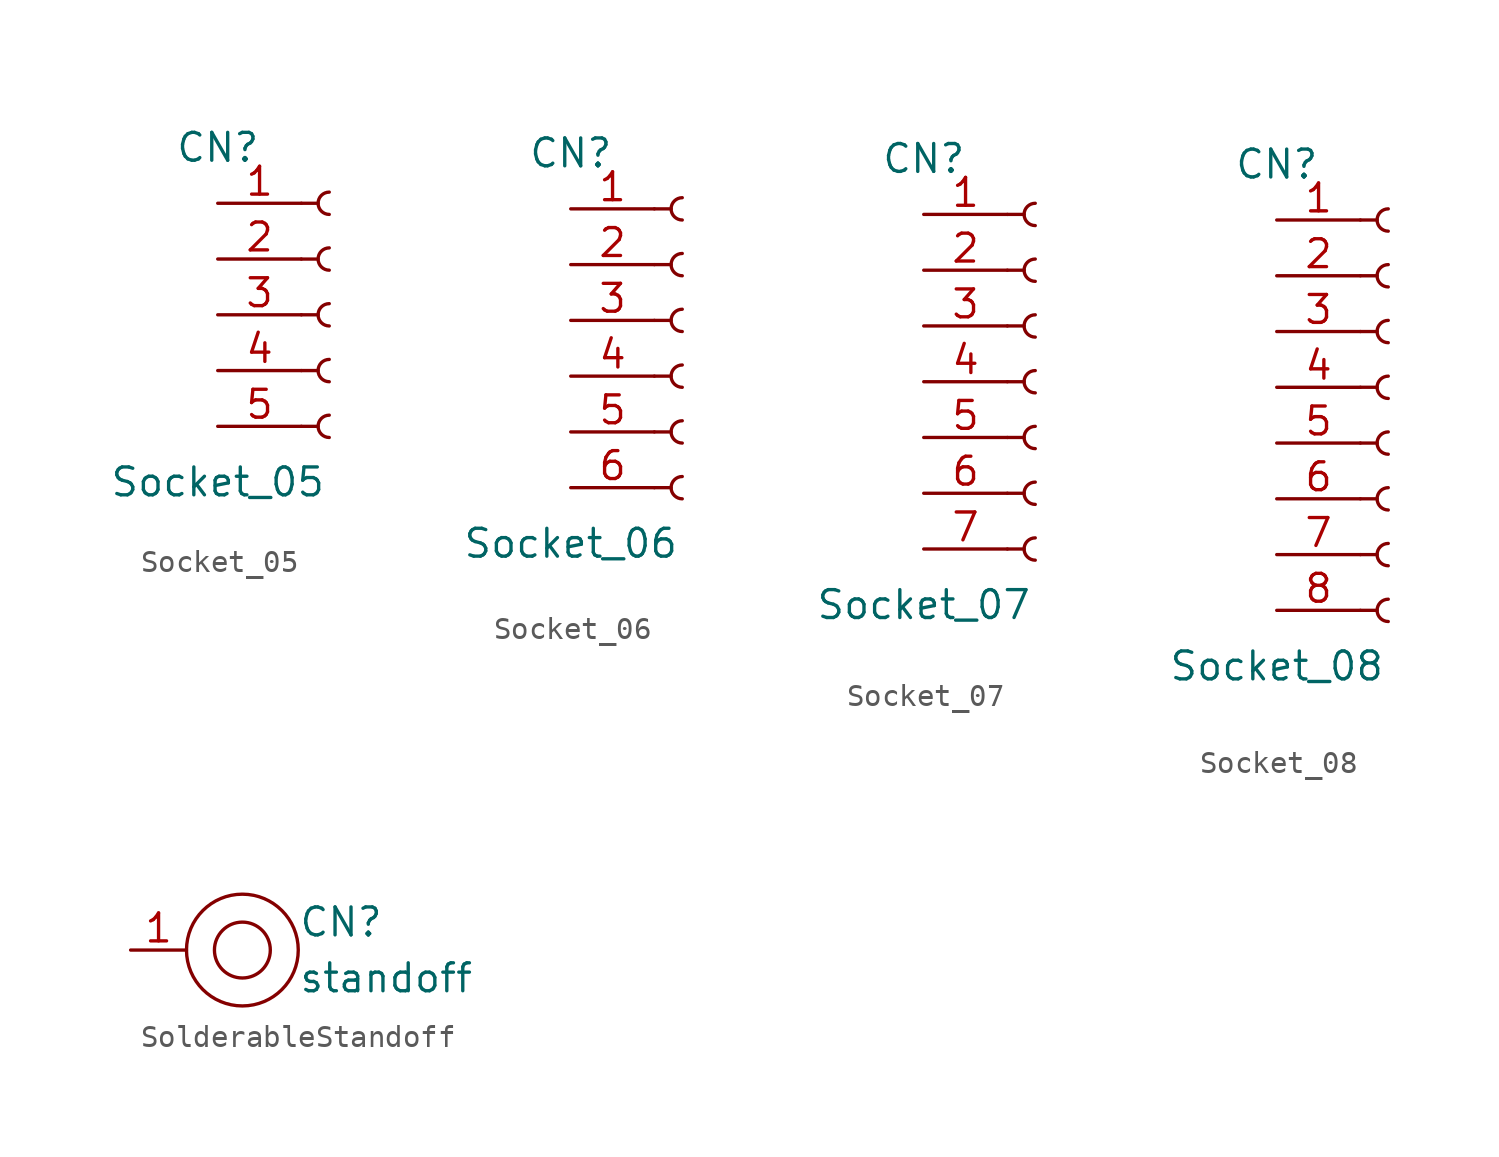
<source format=kicad_sym>
(kicad_symbol_lib
  (version 20220914)
  (generator kicad_symbol_editor)
  (symbol "Socket_05"
    (pin_names hide)
    (property "Reference" "CN"
      (at 0 2.54 0)
      (do_not_autoplace)
      (effects (font (size 1.27 1.27))))
    (property "Value" "Socket_05"
      (at 0 -12.7 0)
      (effects (font (size 1.27 1.27))))
    (symbol "Socket_05_1_1"
      (polyline (pts (xy 3.81 -10.16) (xy 4.572 -10.16)) (stroke (width 0.152) (type default)) (fill (type none)))
      (polyline (pts (xy 3.81 -7.62) (xy 4.572 -7.62)) (stroke (width 0.152) (type default)) (fill (type none)))
      (polyline (pts (xy 3.81 -5.08) (xy 4.572 -5.08)) (stroke (width 0.152) (type default)) (fill (type none)))
      (polyline (pts (xy 3.81 -2.54) (xy 4.572 -2.54)) (stroke (width 0.152) (type default)) (fill (type none)))
      (polyline (pts (xy 3.81 0) (xy 4.572 0)) (stroke (width 0.152) (type default)) (fill (type none)))
      (arc (start 5.08 -9.652) (mid 4.5742 -10.16) (end 5.08 -10.668) (stroke (width 0.1524) (type default)) (fill (type none)))
      (arc (start 5.08 -7.112) (mid 4.5742 -7.62) (end 5.08 -8.128) (stroke (width 0.1524) (type default)) (fill (type none)))
      (arc (start 5.08 -4.572) (mid 4.5742 -5.08) (end 5.08 -5.588) (stroke (width 0.1524) (type default)) (fill (type none)))
      (arc (start 5.08 -2.032) (mid 4.5742 -2.54) (end 5.08 -3.048) (stroke (width 0.1524) (type default)) (fill (type none)))
      (arc (start 5.08 0.508) (mid 4.5742 0) (end 5.08 -0.508) (stroke (width 0.1524) (type default)) (fill (type none)))
      (pin passive line (at 0 0 0) (length 3.81) (name "Pin_1" (effects (font (size 1.27 1.27)))) (number "1" (effects (font (size 1.27 1.27)))))
      (pin passive line (at 0 -2.54 0) (length 3.81) (name "Pin_2" (effects (font (size 1.27 1.27)))) (number "2" (effects (font (size 1.27 1.27)))))
      (pin passive line (at 0 -5.08 0) (length 3.81) (name "Pin_3" (effects (font (size 1.27 1.27)))) (number "3" (effects (font (size 1.27 1.27)))))
      (pin passive line (at 0 -7.62 0) (length 3.81) (name "Pin_4" (effects (font (size 1.27 1.27)))) (number "4" (effects (font (size 1.27 1.27)))))
      (pin passive line (at 0 -10.16 0) (length 3.81) (name "Pin_5" (effects (font (size 1.27 1.27)))) (number "5" (effects (font (size 1.27 1.27)))))))
  (symbol "Socket_06"
    (pin_names hide)
    (property "Reference" "CN"
      (at 0 2.54 0)
      (do_not_autoplace)
      (effects (font (size 1.27 1.27))))
    (property "Value" "Socket_06"
      (at 0 -15.24 0)
      (do_not_autoplace)
      (effects (font (size 1.27 1.27))))
    (symbol "Socket_06_1_1"
      (polyline (pts (xy 3.81 -12.7) (xy 4.572 -12.7)) (stroke (width 0.152) (type default)) (fill (type none)))
      (polyline (pts (xy 3.81 -10.16) (xy 4.572 -10.16)) (stroke (width 0.152) (type default)) (fill (type none)))
      (polyline (pts (xy 3.81 -7.62) (xy 4.572 -7.62)) (stroke (width 0.152) (type default)) (fill (type none)))
      (polyline (pts (xy 3.81 -5.08) (xy 4.572 -5.08)) (stroke (width 0.152) (type default)) (fill (type none)))
      (polyline (pts (xy 3.81 -2.54) (xy 4.572 -2.54)) (stroke (width 0.152) (type default)) (fill (type none)))
      (polyline (pts (xy 3.81 0) (xy 4.572 0)) (stroke (width 0.152) (type default)) (fill (type none)))
      (arc (start 5.08 -12.192) (mid 4.5742 -12.7) (end 5.08 -13.208) (stroke (width 0.1524) (type default)) (fill (type none)))
      (arc (start 5.08 -9.652) (mid 4.5742 -10.16) (end 5.08 -10.668) (stroke (width 0.1524) (type default)) (fill (type none)))
      (arc (start 5.08 -7.112) (mid 4.5742 -7.62) (end 5.08 -8.128) (stroke (width 0.1524) (type default)) (fill (type none)))
      (arc (start 5.08 -4.572) (mid 4.5742 -5.08) (end 5.08 -5.588) (stroke (width 0.1524) (type default)) (fill (type none)))
      (arc (start 5.08 -2.032) (mid 4.5742 -2.54) (end 5.08 -3.048) (stroke (width 0.1524) (type default)) (fill (type none)))
      (arc (start 5.08 0.508) (mid 4.5742 0) (end 5.08 -0.508) (stroke (width 0.1524) (type default)) (fill (type none)))
      (pin passive line (at 0 0 0) (length 3.81) (name "Pin_1" (effects (font (size 1.27 1.27)))) (number "1" (effects (font (size 1.27 1.27)))))
      (pin passive line (at 0 -2.54 0) (length 3.81) (name "Pin_2" (effects (font (size 1.27 1.27)))) (number "2" (effects (font (size 1.27 1.27)))))
      (pin passive line (at 0 -5.08 0) (length 3.81) (name "Pin_3" (effects (font (size 1.27 1.27)))) (number "3" (effects (font (size 1.27 1.27)))))
      (pin passive line (at 0 -7.62 0) (length 3.81) (name "Pin_4" (effects (font (size 1.27 1.27)))) (number "4" (effects (font (size 1.27 1.27)))))
      (pin passive line (at 0 -10.16 0) (length 3.81) (name "Pin_5" (effects (font (size 1.27 1.27)))) (number "5" (effects (font (size 1.27 1.27)))))
      (pin passive line (at 0 -12.7 0) (length 3.81) (name "Pin_6" (effects (font (size 1.27 1.27)))) (number "6" (effects (font (size 1.27 1.27)))))))
  (symbol "Socket_07"
    (pin_names hide)
    (property "Reference" "CN"
      (at 0 2.54 0)
      (do_not_autoplace)
      (effects (font (size 1.27 1.27))))
    (property "Value" "Socket_07"
      (at 0 -17.78 0)
      (do_not_autoplace)
      (effects (font (size 1.27 1.27))))
    (symbol "Socket_07_1_1"
      (polyline (pts (xy 3.81 -15.24) (xy 4.572 -15.24)) (stroke (width 0.152) (type default)) (fill (type none)))
      (polyline (pts (xy 3.81 -12.7) (xy 4.572 -12.7)) (stroke (width 0.152) (type default)) (fill (type none)))
      (polyline (pts (xy 3.81 -10.16) (xy 4.572 -10.16)) (stroke (width 0.152) (type default)) (fill (type none)))
      (polyline (pts (xy 3.81 -7.62) (xy 4.572 -7.62)) (stroke (width 0.152) (type default)) (fill (type none)))
      (polyline (pts (xy 3.81 -5.08) (xy 4.572 -5.08)) (stroke (width 0.152) (type default)) (fill (type none)))
      (polyline (pts (xy 3.81 -2.54) (xy 4.572 -2.54)) (stroke (width 0.152) (type default)) (fill (type none)))
      (polyline (pts (xy 3.81 0) (xy 4.572 0)) (stroke (width 0.152) (type default)) (fill (type none)))
      (arc (start 5.08 -14.732) (mid 4.5742 -15.24) (end 5.08 -15.748) (stroke (width 0.1524) (type default)) (fill (type none)))
      (arc (start 5.08 -12.192) (mid 4.5742 -12.7) (end 5.08 -13.208) (stroke (width 0.1524) (type default)) (fill (type none)))
      (arc (start 5.08 -9.652) (mid 4.5742 -10.16) (end 5.08 -10.668) (stroke (width 0.1524) (type default)) (fill (type none)))
      (arc (start 5.08 -7.112) (mid 4.5742 -7.62) (end 5.08 -8.128) (stroke (width 0.1524) (type default)) (fill (type none)))
      (arc (start 5.08 -4.572) (mid 4.5742 -5.08) (end 5.08 -5.588) (stroke (width 0.1524) (type default)) (fill (type none)))
      (arc (start 5.08 -2.032) (mid 4.5742 -2.54) (end 5.08 -3.048) (stroke (width 0.1524) (type default)) (fill (type none)))
      (arc (start 5.08 0.508) (mid 4.5742 0) (end 5.08 -0.508) (stroke (width 0.1524) (type default)) (fill (type none)))
      (pin passive line (at 0 0 0) (length 3.81) (name "Pin_1" (effects (font (size 1.27 1.27)))) (number "1" (effects (font (size 1.27 1.27)))))
      (pin passive line (at 0 -2.54 0) (length 3.81) (name "Pin_2" (effects (font (size 1.27 1.27)))) (number "2" (effects (font (size 1.27 1.27)))))
      (pin passive line (at 0 -5.08 0) (length 3.81) (name "Pin_3" (effects (font (size 1.27 1.27)))) (number "3" (effects (font (size 1.27 1.27)))))
      (pin passive line (at 0 -7.62 0) (length 3.81) (name "Pin_4" (effects (font (size 1.27 1.27)))) (number "4" (effects (font (size 1.27 1.27)))))
      (pin passive line (at 0 -10.16 0) (length 3.81) (name "Pin_5" (effects (font (size 1.27 1.27)))) (number "5" (effects (font (size 1.27 1.27)))))
      (pin passive line (at 0 -12.7 0) (length 3.81) (name "Pin_6" (effects (font (size 1.27 1.27)))) (number "6" (effects (font (size 1.27 1.27)))))
      (pin passive line (at 0 -15.24 0) (length 3.81) (name "Pin_7" (effects (font (size 1.27 1.27)))) (number "7" (effects (font (size 1.27 1.27)))))))
  (symbol "Socket_08"
    (pin_names hide)
    (property "Reference" "CN"
      (at 0 2.54 0)
      (do_not_autoplace)
      (effects (font (size 1.27 1.27))))
    (property "Value" "Socket_08"
      (at 0 -20.32 0)
      (do_not_autoplace)
      (effects (font (size 1.27 1.27))))
    (symbol "Socket_08_1_1"
      (polyline (pts (xy 3.81 -17.78) (xy 4.572 -17.78)) (stroke (width 0.152) (type default)) (fill (type none)))
      (polyline (pts (xy 3.81 -15.24) (xy 4.572 -15.24)) (stroke (width 0.152) (type default)) (fill (type none)))
      (polyline (pts (xy 3.81 -12.7) (xy 4.572 -12.7)) (stroke (width 0.152) (type default)) (fill (type none)))
      (polyline (pts (xy 3.81 -10.16) (xy 4.572 -10.16)) (stroke (width 0.152) (type default)) (fill (type none)))
      (polyline (pts (xy 3.81 -7.62) (xy 4.572 -7.62)) (stroke (width 0.152) (type default)) (fill (type none)))
      (polyline (pts (xy 3.81 -5.08) (xy 4.572 -5.08)) (stroke (width 0.152) (type default)) (fill (type none)))
      (polyline (pts (xy 3.81 -2.54) (xy 4.572 -2.54)) (stroke (width 0.152) (type default)) (fill (type none)))
      (polyline (pts (xy 3.81 0) (xy 4.572 0)) (stroke (width 0.152) (type default)) (fill (type none)))
      (arc (start 5.08 -17.272) (mid 4.5742 -17.78) (end 5.08 -18.288) (stroke (width 0.1524) (type default)) (fill (type none)))
      (arc (start 5.08 -14.732) (mid 4.5742 -15.24) (end 5.08 -15.748) (stroke (width 0.1524) (type default)) (fill (type none)))
      (arc (start 5.08 -12.192) (mid 4.5742 -12.7) (end 5.08 -13.208) (stroke (width 0.1524) (type default)) (fill (type none)))
      (arc (start 5.08 -9.652) (mid 4.5742 -10.16) (end 5.08 -10.668) (stroke (width 0.1524) (type default)) (fill (type none)))
      (arc (start 5.08 -7.112) (mid 4.5742 -7.62) (end 5.08 -8.128) (stroke (width 0.1524) (type default)) (fill (type none)))
      (arc (start 5.08 -4.572) (mid 4.5742 -5.08) (end 5.08 -5.588) (stroke (width 0.1524) (type default)) (fill (type none)))
      (arc (start 5.08 -2.032) (mid 4.5742 -2.54) (end 5.08 -3.048) (stroke (width 0.1524) (type default)) (fill (type none)))
      (arc (start 5.08 0.508) (mid 4.5742 0) (end 5.08 -0.508) (stroke (width 0.1524) (type default)) (fill (type none)))
      (pin passive line (at 0 0 0) (length 3.81) (name "Pin_1" (effects (font (size 1.27 1.27)))) (number "1" (effects (font (size 1.27 1.27)))))
      (pin passive line (at 0 -2.54 0) (length 3.81) (name "Pin_2" (effects (font (size 1.27 1.27)))) (number "2" (effects (font (size 1.27 1.27)))))
      (pin passive line (at 0 -5.08 0) (length 3.81) (name "Pin_3" (effects (font (size 1.27 1.27)))) (number "3" (effects (font (size 1.27 1.27)))))
      (pin passive line (at 0 -7.62 0) (length 3.81) (name "Pin_4" (effects (font (size 1.27 1.27)))) (number "4" (effects (font (size 1.27 1.27)))))
      (pin passive line (at 0 -10.16 0) (length 3.81) (name "Pin_5" (effects (font (size 1.27 1.27)))) (number "5" (effects (font (size 1.27 1.27)))))
      (pin passive line (at 0 -12.7 0) (length 3.81) (name "Pin_6" (effects (font (size 1.27 1.27)))) (number "6" (effects (font (size 1.27 1.27)))))
      (pin passive line (at 0 -15.24 0) (length 3.81) (name "Pin_7" (effects (font (size 1.27 1.27)))) (number "7" (effects (font (size 1.27 1.27)))))
      (pin passive line (at 0 -17.78 0) (length 3.81) (name "Pin_8" (effects (font (size 1.27 1.27)))) (number "8" (effects (font (size 1.27 1.27)))))))
  (symbol "SolderableStandoff"
    (property "Reference" "CN"
      (at 2.54 1.27 0)
      (do_not_autoplace)
      (effects (font (size 1.27 1.27)) (justify left)))
    (property "Value" "standoff"
      (at 2.54 -1.27 0)
      (do_not_autoplace)
      (effects (font (size 1.27 1.27)) (justify left)))
    (symbol "SolderableStandoff_0_1"
      (circle (center 0 0) (radius 1.27) (stroke (width 0) (type default)) (fill (type none)))
      (circle (center 0 0) (radius 2.54) (stroke (width 0) (type default)) (fill (type none))))
    (symbol "SolderableStandoff_1_1"
      (pin passive line (at -5.08 0 0) (length 2.54) (name "" (effects (font (size 1.27 1.27)))) (number "1" (effects (font (size 1.27 1.27))))))))
</source>
